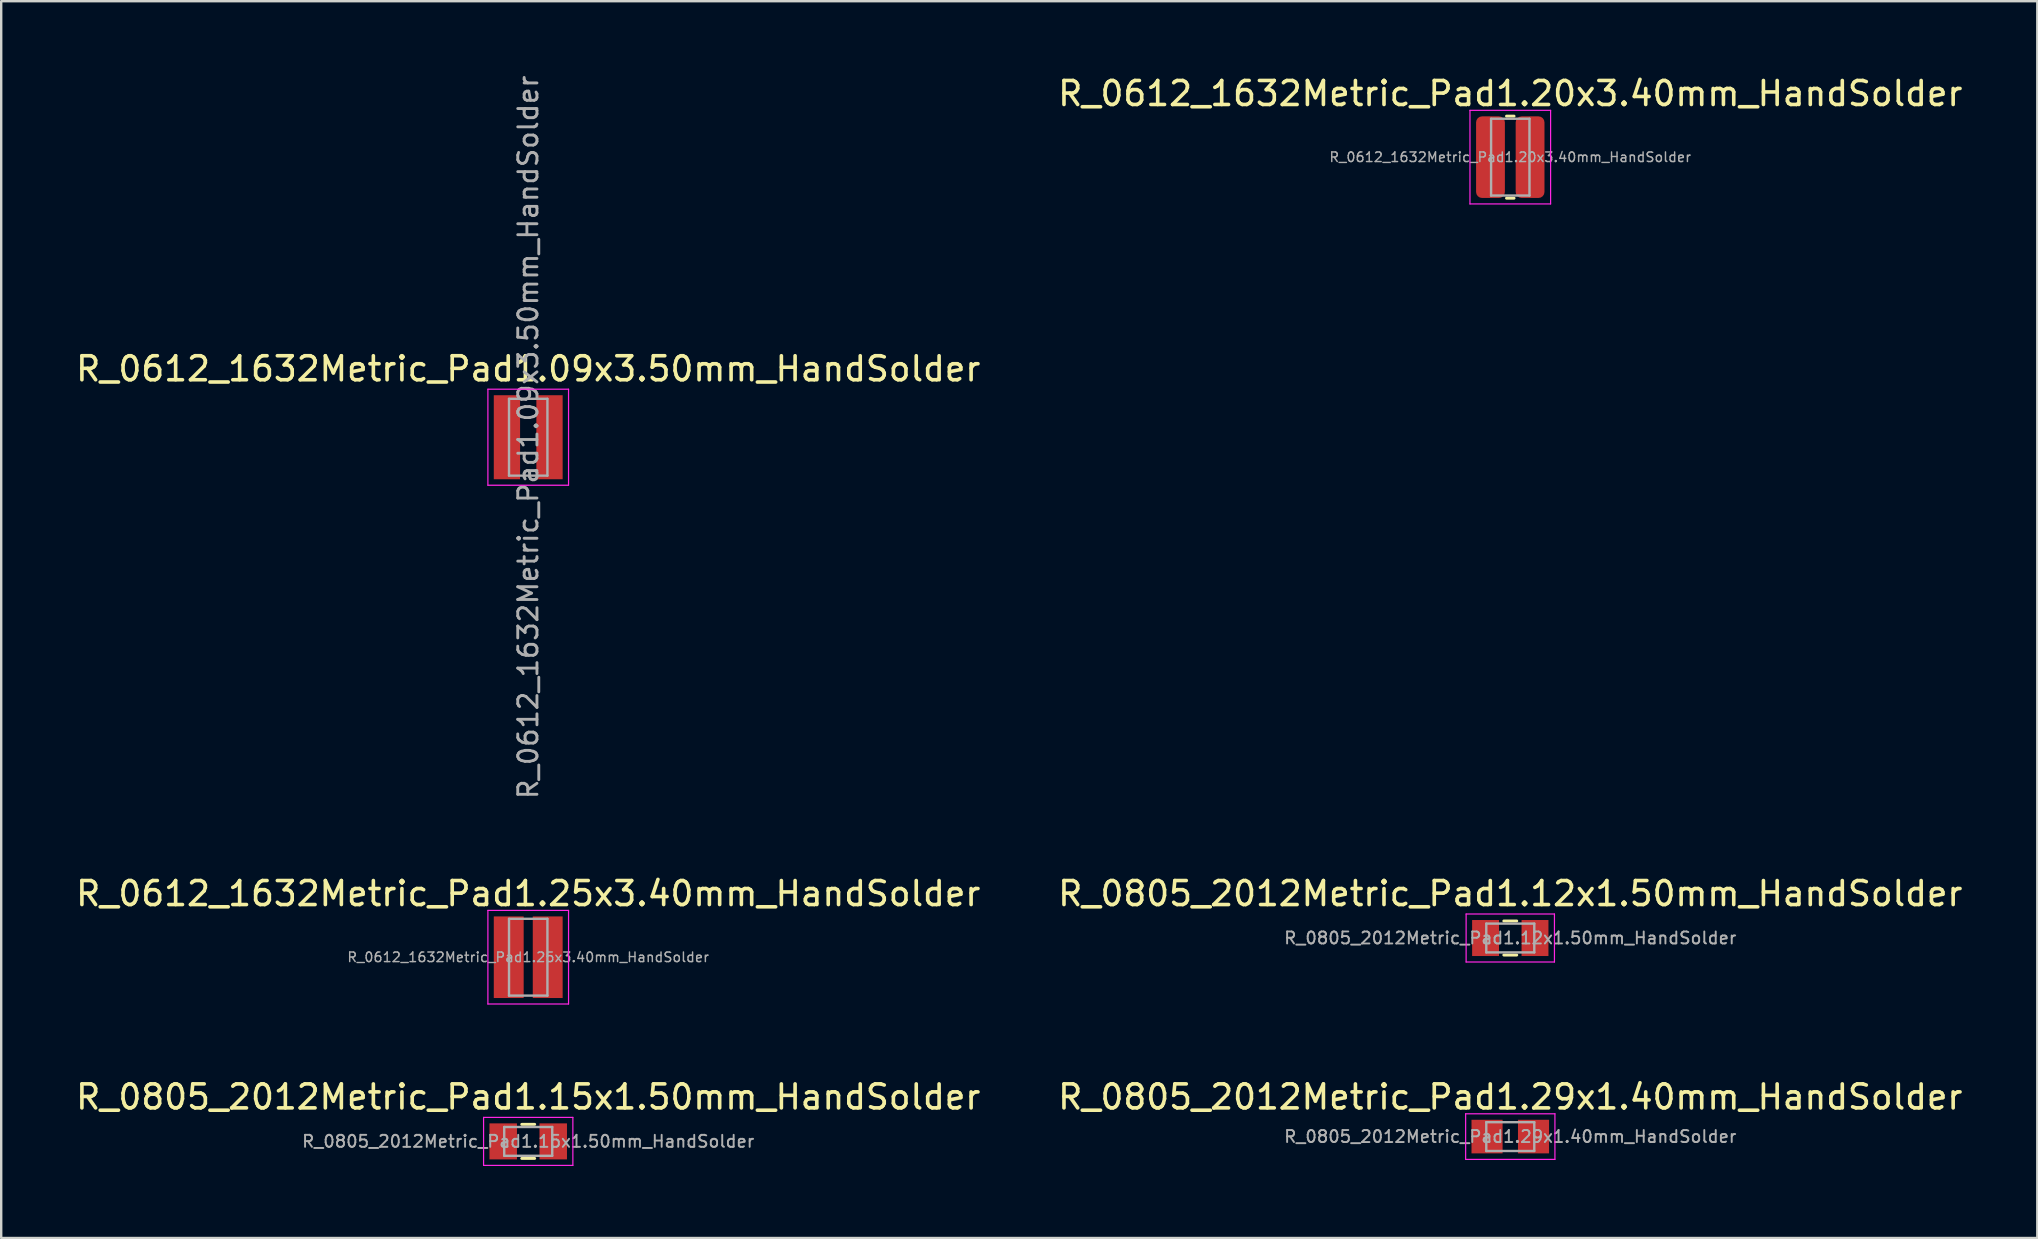
<source format=kicad_pcb>
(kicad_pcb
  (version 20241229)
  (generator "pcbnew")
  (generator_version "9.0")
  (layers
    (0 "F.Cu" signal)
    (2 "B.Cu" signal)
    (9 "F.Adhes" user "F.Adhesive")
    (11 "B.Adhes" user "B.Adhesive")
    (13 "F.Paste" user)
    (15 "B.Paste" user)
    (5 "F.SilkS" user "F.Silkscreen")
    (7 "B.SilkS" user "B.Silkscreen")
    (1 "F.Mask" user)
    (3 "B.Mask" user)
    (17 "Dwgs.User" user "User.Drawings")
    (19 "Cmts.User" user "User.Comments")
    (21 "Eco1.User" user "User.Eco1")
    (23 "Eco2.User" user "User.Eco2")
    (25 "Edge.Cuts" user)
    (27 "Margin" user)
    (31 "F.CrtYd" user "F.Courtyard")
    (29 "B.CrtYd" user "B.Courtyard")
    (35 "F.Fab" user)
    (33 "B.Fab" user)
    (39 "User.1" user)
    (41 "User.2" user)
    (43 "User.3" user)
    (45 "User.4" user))
  (footprint "R_0805_2012Metric_Pad1.29x1.40mm_HandSolder"
    (layer "F.Cu")
    (at 59.875 44.305)
    (property "Reference" "R_0805_2012Metric_Pad1.29x1.40mm_HandSolder" (at 0 -1.65 0) (layer "F.SilkS") (effects (font (size 1 1) (thickness 0.15))))
    (attr smd)
    (fp_line (start -1.86 -0.95) (end 1.86 -0.95) (stroke (width 0.05) (type solid)) (layer "F.CrtYd"))
    (fp_line (start -1.86 0.95) (end -1.86 -0.95) (stroke (width 0.05) (type solid)) (layer "F.CrtYd"))
    (fp_line (start 1.86 -0.95) (end 1.86 0.95) (stroke (width 0.05) (type solid)) (layer "F.CrtYd"))
    (fp_line (start 1.86 0.95) (end -1.86 0.95) (stroke (width 0.05) (type solid)) (layer "F.CrtYd"))
    (fp_line (start -1 -0.6) (end 1 -0.6) (stroke (width 0.1) (type solid)) (layer "F.Fab"))
    (fp_line (start -1 0.6) (end -1 -0.6) (stroke (width 0.1) (type solid)) (layer "F.Fab"))
    (fp_line (start 1 -0.6) (end 1 0.6) (stroke (width 0.1) (type solid)) (layer "F.Fab"))
    (fp_line (start 1 0.6) (end -1 0.6) (stroke (width 0.1) (type solid)) (layer "F.Fab"))
    (fp_text user "${REFERENCE}" (at 0 0 0) (layer "F.Fab") (effects (font (size 0.5 0.5) (thickness 0.08))))
    (pad "1" smd rect (at -0.968 0) (size 1.295 1.4) (layers "F.Cu" "F.Mask" "F.Paste"))
    (pad "2" smd rect (at 0.968 0) (size 1.295 1.4) (layers "F.Cu" "F.Mask" "F.Paste")))
  (footprint "R_0612_1632Metric_Pad1.25x3.40mm_HandSolder"
    (layer "F.Cu")
    (at 18.958 36.832)
    (property "Reference" "R_0612_1632Metric_Pad1.25x3.40mm_HandSolder" (at 0 -2.65 0) (layer "F.SilkS") (effects (font (size 1 1) (thickness 0.15))))
    (attr smd)
    (fp_line (start -1.68 -1.95) (end 1.68 -1.95) (stroke (width 0.05) (type solid)) (layer "F.CrtYd"))
    (fp_line (start -1.68 1.95) (end -1.68 -1.95) (stroke (width 0.05) (type solid)) (layer "F.CrtYd"))
    (fp_line (start 1.68 -1.95) (end 1.68 1.95) (stroke (width 0.05) (type solid)) (layer "F.CrtYd"))
    (fp_line (start 1.68 1.95) (end -1.68 1.95) (stroke (width 0.05) (type solid)) (layer "F.CrtYd"))
    (fp_line (start -0.8 -1.6) (end 0.8 -1.6) (stroke (width 0.1) (type solid)) (layer "F.Fab"))
    (fp_line (start -0.8 1.6) (end -0.8 -1.6) (stroke (width 0.1) (type solid)) (layer "F.Fab"))
    (fp_line (start 0.8 -1.6) (end 0.8 1.6) (stroke (width 0.1) (type solid)) (layer "F.Fab"))
    (fp_line (start 0.8 1.6) (end -0.8 1.6) (stroke (width 0.1) (type solid)) (layer "F.Fab"))
    (fp_text user "${REFERENCE}" (at 0 0 0) (layer "F.Fab") (effects (font (size 0.4 0.4) (thickness 0.06))))
    (pad "1" smd rect (at -0.812 0) (size 1.245 3.4) (layers "F.Cu" "F.Mask" "F.Paste"))
    (pad "2" smd rect (at 0.812 0) (size 1.245 3.4) (layers "F.Cu" "F.Mask" "F.Paste")))
  (footprint "R_0805_2012Metric_Pad1.15x1.50mm_HandSolder"
    (layer "F.Cu")
    (at 18.958 44.505)
    (property "Reference" "R_0805_2012Metric_Pad1.15x1.50mm_HandSolder" (at 0 -1.85 0) (layer "F.SilkS") (effects (font (size 1 1) (thickness 0.15))))
    (attr smd)
    (fp_line (start -0.27 -0.71) (end 0.27 -0.71) (stroke (width 0.12) (type solid)) (layer "F.SilkS"))
    (fp_line (start -0.27 0.71) (end 0.27 0.71) (stroke (width 0.12) (type solid)) (layer "F.SilkS"))
    (fp_line (start -1.86 -1) (end 1.86 -1) (stroke (width 0.05) (type solid)) (layer "F.CrtYd"))
    (fp_line (start -1.86 1) (end -1.86 -1) (stroke (width 0.05) (type solid)) (layer "F.CrtYd"))
    (fp_line (start 1.86 -1) (end 1.86 1) (stroke (width 0.05) (type solid)) (layer "F.CrtYd"))
    (fp_line (start 1.86 1) (end -1.86 1) (stroke (width 0.05) (type solid)) (layer "F.CrtYd"))
    (fp_line (start -1 -0.6) (end 1 -0.6) (stroke (width 0.1) (type solid)) (layer "F.Fab"))
    (fp_line (start -1 0.6) (end -1 -0.6) (stroke (width 0.1) (type solid)) (layer "F.Fab"))
    (fp_line (start 1 -0.6) (end 1 0.6) (stroke (width 0.1) (type solid)) (layer "F.Fab"))
    (fp_line (start 1 0.6) (end -1 0.6) (stroke (width 0.1) (type solid)) (layer "F.Fab"))
    (fp_text user "${REFERENCE}" (at 0 0 0) (layer "F.Fab") (effects (font (size 0.5 0.5) (thickness 0.08))))
    (pad "1" smd rect (at -1.042 0) (size 1.145 1.5) (layers "F.Cu" "F.Mask" "F.Paste"))
    (pad "2" smd rect (at 1.042 0) (size 1.145 1.5) (layers "F.Cu" "F.Mask" "F.Paste")))
  (footprint "R_0805_2012Metric_Pad1.12x1.50mm_HandSolder"
    (layer "F.Cu")
    (at 59.875 36.032)
    (property "Reference" "R_0805_2012Metric_Pad1.12x1.50mm_HandSolder" (at 0 -1.85 0) (layer "F.SilkS") (effects (font (size 1 1) (thickness 0.15))))
    (attr smd)
    (fp_line (start -0.27 -0.71) (end 0.27 -0.71) (stroke (width 0.12) (type solid)) (layer "F.SilkS"))
    (fp_line (start -0.27 0.71) (end 0.27 0.71) (stroke (width 0.12) (type solid)) (layer "F.SilkS"))
    (fp_line (start -1.84 -1) (end 1.84 -1) (stroke (width 0.05) (type solid)) (layer "F.CrtYd"))
    (fp_line (start -1.84 1) (end -1.84 -1) (stroke (width 0.05) (type solid)) (layer "F.CrtYd"))
    (fp_line (start 1.84 -1) (end 1.84 1) (stroke (width 0.05) (type solid)) (layer "F.CrtYd"))
    (fp_line (start 1.84 1) (end -1.84 1) (stroke (width 0.05) (type solid)) (layer "F.CrtYd"))
    (fp_line (start -1 -0.6) (end 1 -0.6) (stroke (width 0.1) (type solid)) (layer "F.Fab"))
    (fp_line (start -1 0.6) (end -1 -0.6) (stroke (width 0.1) (type solid)) (layer "F.Fab"))
    (fp_line (start 1 -0.6) (end 1 0.6) (stroke (width 0.1) (type solid)) (layer "F.Fab"))
    (fp_line (start 1 0.6) (end -1 0.6) (stroke (width 0.1) (type solid)) (layer "F.Fab"))
    (fp_text user "${REFERENCE}" (at 0 0 0) (layer "F.Fab") (effects (font (size 0.5 0.5) (thickness 0.08))))
    (pad "1" smd rect (at -1.03 0) (size 1.12 1.5) (layers "F.Cu" "F.Mask" "F.Paste"))
    (pad "2" smd rect (at 1.03 0) (size 1.12 1.5) (layers "F.Cu" "F.Mask" "F.Paste")))
  (footprint "R_0612_1632Metric_Pad1.09x3.50mm_HandSolder"
    (layer "F.Cu")
    (at 18.958 15.167)
    (property "Reference" "R_0612_1632Metric_Pad1.09x3.50mm_HandSolder" (at 0 -2.85 0) (layer "F.SilkS") (effects (font (size 1 1) (thickness 0.15))))
    (attr smd)
    (fp_line (start -1.68 -2) (end 1.68 -2) (stroke (width 0.05) (type solid)) (layer "F.CrtYd"))
    (fp_line (start -1.68 2) (end -1.68 -2) (stroke (width 0.05) (type solid)) (layer "F.CrtYd"))
    (fp_line (start 1.68 -2) (end 1.68 2) (stroke (width 0.05) (type solid)) (layer "F.CrtYd"))
    (fp_line (start 1.68 2) (end -1.68 2) (stroke (width 0.05) (type solid)) (layer "F.CrtYd"))
    (fp_line (start -0.8 -1.6) (end 0.8 -1.6) (stroke (width 0.1) (type solid)) (layer "F.Fab"))
    (fp_line (start -0.8 1.6) (end -0.8 -1.6) (stroke (width 0.1) (type solid)) (layer "F.Fab"))
    (fp_line (start 0.8 -1.6) (end 0.8 1.6) (stroke (width 0.1) (type solid)) (layer "F.Fab"))
    (fp_line (start 0.8 1.6) (end -0.8 1.6) (stroke (width 0.1) (type solid)) (layer "F.Fab"))
    (fp_text user "${REFERENCE}" (at 0 0 90) (layer "F.Fab") (effects (font (size 0.8 0.8) (thickness 0.12))))
    (pad "1" smd rect (at -0.887 0) (size 1.095 3.5) (layers "F.Cu" "F.Mask" "F.Paste"))
    (pad "2" smd rect (at 0.887 0) (size 1.095 3.5) (layers "F.Cu" "F.Mask" "F.Paste")))
  (footprint "R_0612_1632Metric_Pad1.20x3.40mm_HandSolder"
    (layer "F.Cu")
    (at 59.875 3.498)
    (property "Reference" "R_0612_1632Metric_Pad1.20x3.40mm_HandSolder" (at 0 -2.65 0) (layer "F.SilkS") (effects (font (size 1 1) (thickness 0.15))))
    (attr smd)
    (fp_line (start -0.158 -1.71) (end 0.158 -1.71) (stroke (width 0.12) (type solid)) (layer "F.SilkS"))
    (fp_line (start -0.158 1.71) (end 0.158 1.71) (stroke (width 0.12) (type solid)) (layer "F.SilkS"))
    (fp_line (start -1.68 -1.95) (end 1.68 -1.95) (stroke (width 0.05) (type solid)) (layer "F.CrtYd"))
    (fp_line (start -1.68 1.95) (end -1.68 -1.95) (stroke (width 0.05) (type solid)) (layer "F.CrtYd"))
    (fp_line (start 1.68 -1.95) (end 1.68 1.95) (stroke (width 0.05) (type solid)) (layer "F.CrtYd"))
    (fp_line (start 1.68 1.95) (end -1.68 1.95) (stroke (width 0.05) (type solid)) (layer "F.CrtYd"))
    (fp_line (start -0.8 -1.6) (end 0.8 -1.6) (stroke (width 0.1) (type solid)) (layer "F.Fab"))
    (fp_line (start -0.8 1.6) (end -0.8 -1.6) (stroke (width 0.1) (type solid)) (layer "F.Fab"))
    (fp_line (start 0.8 -1.6) (end 0.8 1.6) (stroke (width 0.1) (type solid)) (layer "F.Fab"))
    (fp_line (start 0.8 1.6) (end -0.8 1.6) (stroke (width 0.1) (type solid)) (layer "F.Fab"))
    (fp_text user "${REFERENCE}" (at 0 0 0) (layer "F.Fab") (effects (font (size 0.4 0.4) (thickness 0.06))))
    (pad "1" smd roundrect (at -0.825 0) (size 1.2 3.4) (layers "F.Cu" "F.Mask" "F.Paste") (roundrect_rratio 0.208))
    (pad "2" smd roundrect (at 0.825 0) (size 1.2 3.4) (layers "F.Cu" "F.Mask" "F.Paste") (roundrect_rratio 0.208)))
  (gr_rect
    (start -3 -3)
    (end 81.833 48.53)
    (stroke (width 0.1) (type default))
    (fill no)
    (layer "Edge.Cuts")))
</source>
